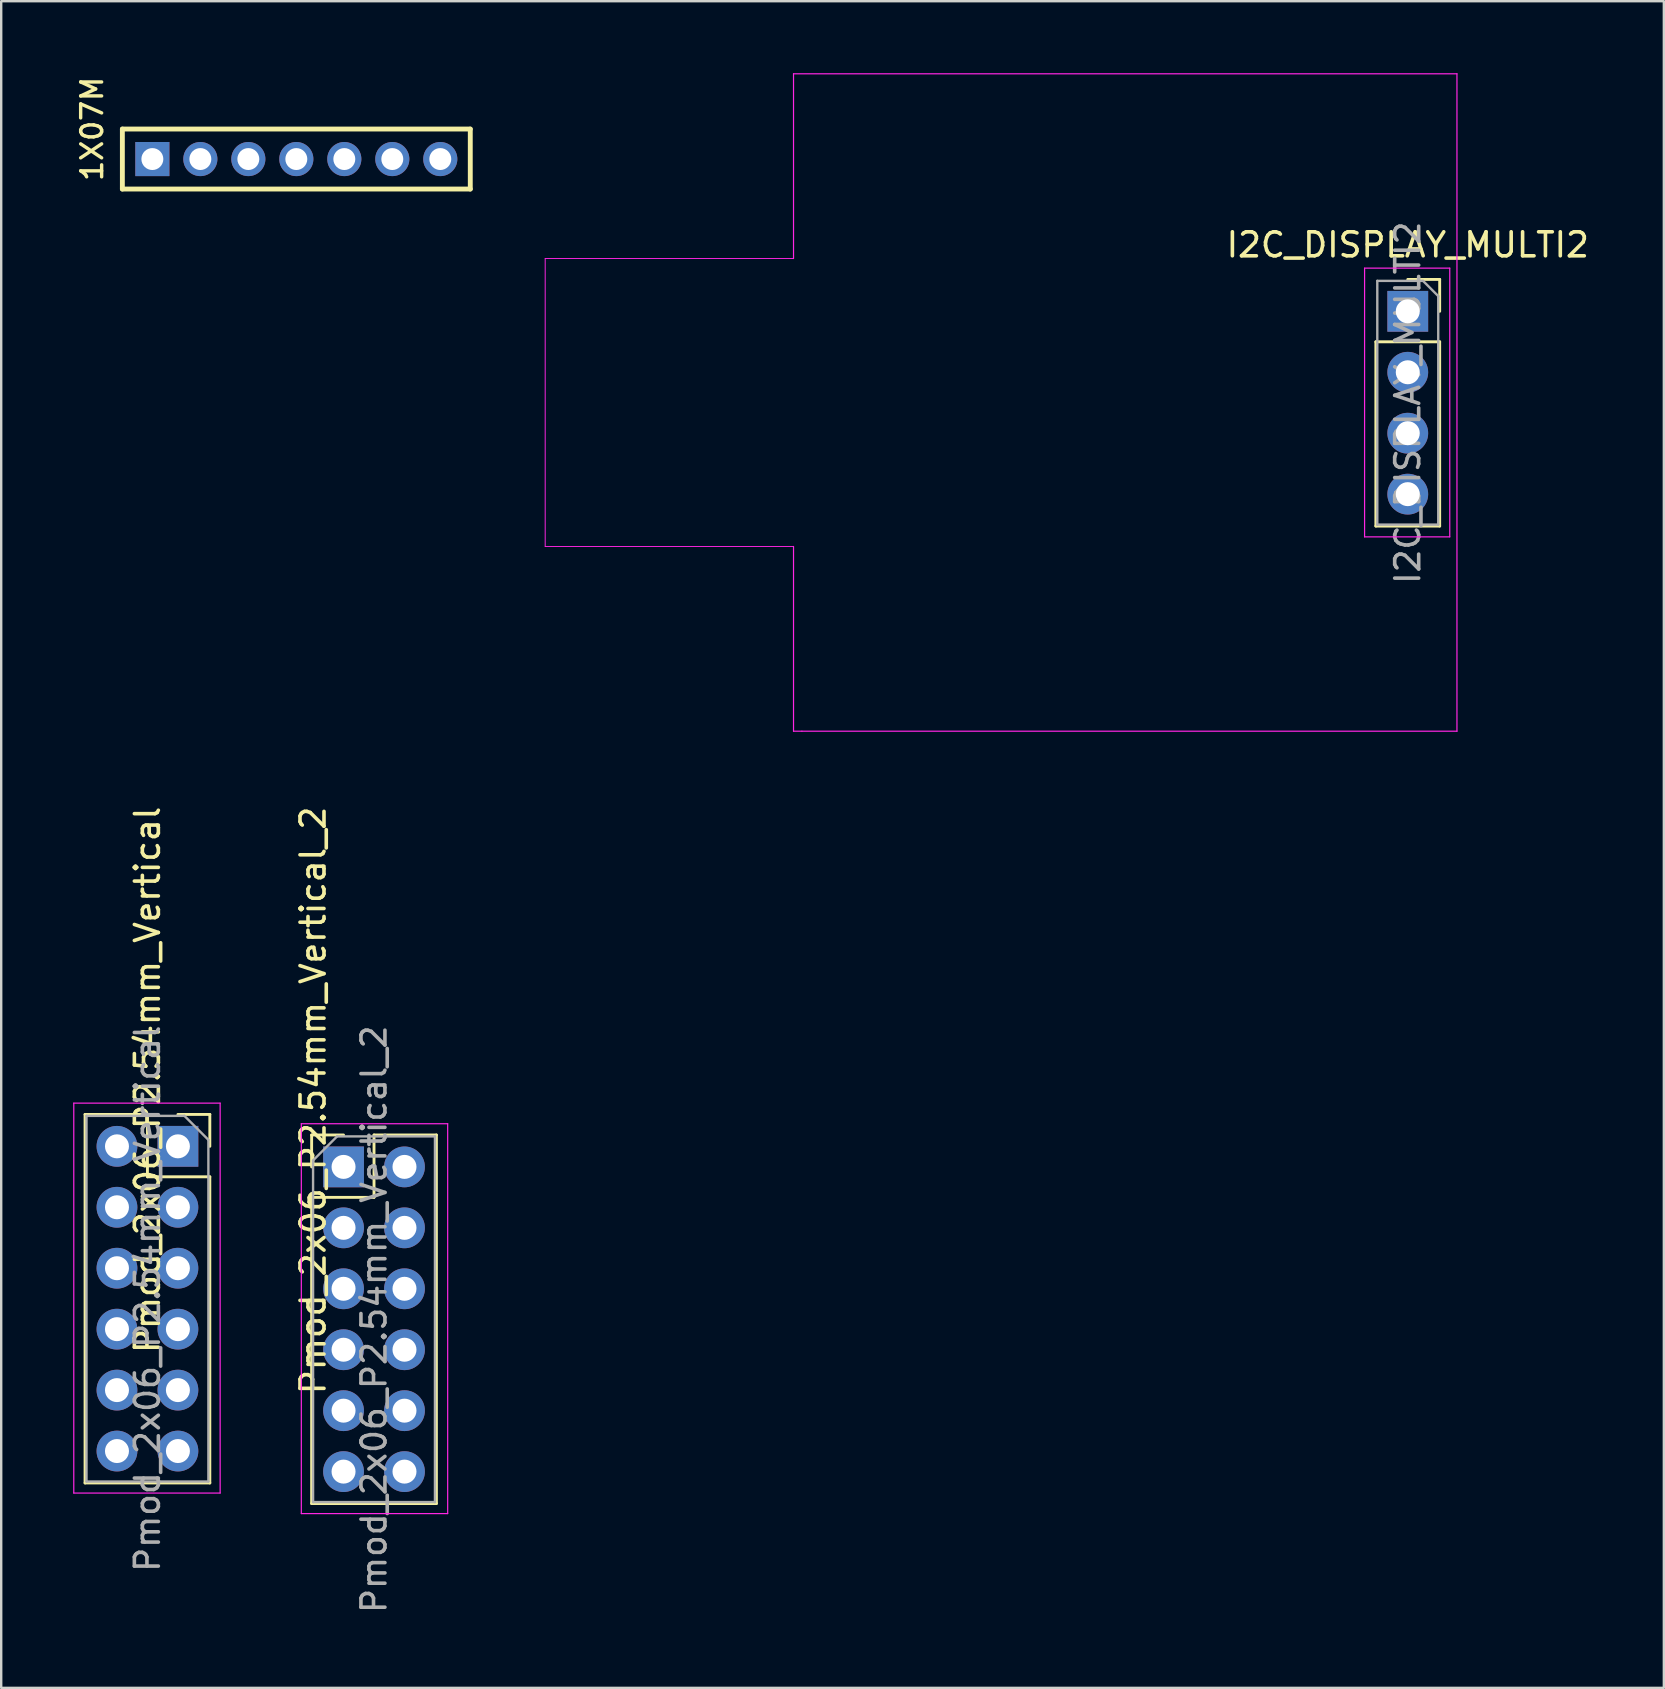
<source format=kicad_pcb>
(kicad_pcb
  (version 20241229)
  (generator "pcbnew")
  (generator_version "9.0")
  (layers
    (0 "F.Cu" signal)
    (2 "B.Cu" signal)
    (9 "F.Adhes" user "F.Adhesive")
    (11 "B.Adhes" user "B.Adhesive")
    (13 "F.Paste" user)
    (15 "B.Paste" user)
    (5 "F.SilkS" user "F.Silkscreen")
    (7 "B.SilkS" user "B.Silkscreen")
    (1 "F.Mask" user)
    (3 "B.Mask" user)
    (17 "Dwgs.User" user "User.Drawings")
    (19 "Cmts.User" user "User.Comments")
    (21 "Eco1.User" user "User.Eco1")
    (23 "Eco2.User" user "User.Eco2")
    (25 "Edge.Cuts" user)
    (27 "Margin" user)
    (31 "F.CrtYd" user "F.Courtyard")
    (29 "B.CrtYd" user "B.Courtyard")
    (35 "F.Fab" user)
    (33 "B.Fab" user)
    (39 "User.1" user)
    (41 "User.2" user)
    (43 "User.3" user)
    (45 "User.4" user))
  (footprint "I2C_DISPLAY_MULTI2"
    (layer "F.Cu")
    (at 55.622 9.925)
    (property "Reference" "I2C_DISPLAY_MULTI2" (at 0 -2.77 0) (layer "F.SilkS") (effects (font (size 1 1) (thickness 0.15))))
    (attr through_hole)
    (fp_line (start -1.33 1.27) (end -1.33 8.95) (stroke (width 0.12) (type solid)) (layer "F.SilkS"))
    (fp_line (start -1.33 1.27) (end 1.33 1.27) (stroke (width 0.12) (type solid)) (layer "F.SilkS"))
    (fp_line (start -1.33 8.95) (end 1.33 8.95) (stroke (width 0.12) (type solid)) (layer "F.SilkS"))
    (fp_line (start 0 -1.33) (end 1.33 -1.33) (stroke (width 0.12) (type solid)) (layer "F.SilkS"))
    (fp_line (start 1.33 -1.33) (end 1.33 0) (stroke (width 0.12) (type solid)) (layer "F.SilkS"))
    (fp_line (start 1.33 1.27) (end 1.33 8.95) (stroke (width 0.12) (type solid)) (layer "F.SilkS"))
    (fp_line (start -35.95 -2.2) (end -35.95 9.8) (stroke (width 0.04) (type solid)) (layer "F.CrtYd"))
    (fp_line (start -35.95 9.8) (end -25.6 9.8) (stroke (width 0.04) (type solid)) (layer "F.CrtYd"))
    (fp_line (start -25.6 -9.9) (end -25.6 -2.2) (stroke (width 0.05) (type solid)) (layer "F.CrtYd"))
    (fp_line (start -25.6 -2.2) (end -35.95 -2.2) (stroke (width 0.04) (type solid)) (layer "F.CrtYd"))
    (fp_line (start -25.6 17.5) (end -25.6 9.8) (stroke (width 0.05) (type solid)) (layer "F.CrtYd"))
    (fp_line (start -25.25 17.5) (end -25.6 17.5) (stroke (width 0.05) (type solid)) (layer "F.CrtYd"))
    (fp_line (start -25.25 17.5) (end 2.05 17.5) (stroke (width 0.05) (type solid)) (layer "F.CrtYd"))
    (fp_line (start -1.8 -1.8) (end 1.75 -1.8) (stroke (width 0.05) (type solid)) (layer "F.CrtYd"))
    (fp_line (start -1.8 9.4) (end -1.8 -1.8) (stroke (width 0.05) (type solid)) (layer "F.CrtYd"))
    (fp_line (start 1.75 -1.8) (end 1.75 9.4) (stroke (width 0.05) (type solid)) (layer "F.CrtYd"))
    (fp_line (start 1.75 9.4) (end -1.8 9.4) (stroke (width 0.05) (type solid)) (layer "F.CrtYd"))
    (fp_line (start 2.05 -9.9) (end -25.6 -9.9) (stroke (width 0.05) (type solid)) (layer "F.CrtYd"))
    (fp_line (start 2.05 17.5) (end 2.05 -9.9) (stroke (width 0.05) (type solid)) (layer "F.CrtYd"))
    (fp_line (start -1.27 -1.27) (end 0.635 -1.27) (stroke (width 0.1) (type solid)) (layer "F.Fab"))
    (fp_line (start -1.27 8.89) (end -1.27 -1.27) (stroke (width 0.1) (type solid)) (layer "F.Fab"))
    (fp_line (start 0.635 -1.27) (end 1.27 -0.635) (stroke (width 0.1) (type solid)) (layer "F.Fab"))
    (fp_line (start 1.27 -0.635) (end 1.27 8.89) (stroke (width 0.1) (type solid)) (layer "F.Fab"))
    (fp_line (start 1.27 8.89) (end -1.27 8.89) (stroke (width 0.1) (type solid)) (layer "F.Fab"))
    (fp_text user "${REFERENCE}" (at 0 3.81 90) (layer "F.Fab") (effects (font (size 1 1) (thickness 0.15))))
    (pad "1" thru_hole rect (at 0 0) (size 1.7 1.7) (drill 1) (layers "*.Cu" "*.Mask"))
    (pad "2" thru_hole oval (at 0 2.54) (size 1.7 1.7) (drill 1) (layers "*.Cu" "*.Mask"))
    (pad "3" thru_hole oval (at 0 5.08) (size 1.7 1.7) (drill 1) (layers "*.Cu" "*.Mask"))
    (pad "4" thru_hole oval (at 0 7.62) (size 1.7 1.7) (drill 1) (layers "*.Cu" "*.Mask")))
  (footprint "Pmod_2x06_P2.54mm_Vertical"
    (layer "F.Cu")
    (at 4.365 44.726)
    (property "Reference" "Pmod_2x06_P2.54mm_Vertical" (at -1.27 -2.77 90) (layer "F.SilkS") (effects (font (size 1 1) (thickness 0.15))))
    (attr through_hole)
    (fp_line (start -3.87 -1.33) (end -3.87 14.03) (stroke (width 0.12) (type solid)) (layer "F.SilkS"))
    (fp_line (start -3.87 -1.33) (end -1.27 -1.33) (stroke (width 0.12) (type solid)) (layer "F.SilkS"))
    (fp_line (start -3.87 14.03) (end 1.33 14.03) (stroke (width 0.12) (type solid)) (layer "F.SilkS"))
    (fp_line (start -1.27 -1.33) (end -1.27 1.27) (stroke (width 0.12) (type solid)) (layer "F.SilkS"))
    (fp_line (start -1.27 1.27) (end 1.33 1.27) (stroke (width 0.12) (type solid)) (layer "F.SilkS"))
    (fp_line (start 0 -1.33) (end 1.33 -1.33) (stroke (width 0.12) (type solid)) (layer "F.SilkS"))
    (fp_line (start 1.33 -1.33) (end 1.33 0) (stroke (width 0.12) (type solid)) (layer "F.SilkS"))
    (fp_line (start 1.33 1.27) (end 1.33 14.03) (stroke (width 0.12) (type solid)) (layer "F.SilkS"))
    (fp_line (start -4.34 -1.8) (end 1.76 -1.8) (stroke (width 0.05) (type solid)) (layer "F.CrtYd"))
    (fp_line (start -4.34 14.45) (end -4.34 -1.8) (stroke (width 0.05) (type solid)) (layer "F.CrtYd"))
    (fp_line (start 1.76 -1.8) (end 1.76 14.45) (stroke (width 0.05) (type solid)) (layer "F.CrtYd"))
    (fp_line (start 1.76 14.45) (end -4.34 14.45) (stroke (width 0.05) (type solid)) (layer "F.CrtYd"))
    (fp_line (start -3.81 -1.27) (end 0.27 -1.27) (stroke (width 0.1) (type solid)) (layer "F.Fab"))
    (fp_line (start -3.81 13.97) (end -3.81 -1.27) (stroke (width 0.1) (type solid)) (layer "F.Fab"))
    (fp_line (start 0.27 -1.27) (end 1.27 -0.27) (stroke (width 0.1) (type solid)) (layer "F.Fab"))
    (fp_line (start 1.27 -0.27) (end 1.27 13.97) (stroke (width 0.1) (type solid)) (layer "F.Fab"))
    (fp_line (start 1.27 13.97) (end -3.81 13.97) (stroke (width 0.1) (type solid)) (layer "F.Fab"))
    (fp_text user "${REFERENCE}" (at -1.27 6.35 270) (layer "F.Fab") (effects (font (size 1 1) (thickness 0.15))))
    (pad "1" thru_hole rect (at 0 0) (size 1.7 1.7) (drill 1) (layers "*.Cu" "*.Mask"))
    (pad "2" thru_hole oval (at 0 2.54) (size 1.7 1.7) (drill 1) (layers "*.Cu" "*.Mask"))
    (pad "3" thru_hole oval (at 0 5.08) (size 1.7 1.7) (drill 1) (layers "*.Cu" "*.Mask"))
    (pad "4" thru_hole oval (at 0 7.62) (size 1.7 1.7) (drill 1) (layers "*.Cu" "*.Mask"))
    (pad "5" thru_hole oval (at 0 10.16) (size 1.7 1.7) (drill 1) (layers "*.Cu" "*.Mask"))
    (pad "6" thru_hole oval (at 0 12.7) (size 1.7 1.7) (drill 1) (layers "*.Cu" "*.Mask"))
    (pad "7" thru_hole oval (at -2.54 0) (size 1.7 1.7) (drill 1) (layers "*.Cu" "*.Mask"))
    (pad "8" thru_hole oval (at -2.54 2.54) (size 1.7 1.7) (drill 1) (layers "*.Cu" "*.Mask"))
    (pad "9" thru_hole oval (at -2.54 5.08) (size 1.7 1.7) (drill 1) (layers "*.Cu" "*.Mask"))
    (pad "10" thru_hole oval (at -2.54 7.62) (size 1.7 1.7) (drill 1) (layers "*.Cu" "*.Mask"))
    (pad "11" thru_hole oval (at -2.54 10.16) (size 1.7 1.7) (drill 1) (layers "*.Cu" "*.Mask"))
    (pad "12" thru_hole oval (at -2.54 12.7) (size 1.7 1.7) (drill 1) (layers "*.Cu" "*.Mask")))
  (footprint "Pmod_2x06_P2.54mm_Vertical_2"
    (layer "F.Cu")
    (at 11.268 45.583)
    (property "Reference" "Pmod_2x06_P2.54mm_Vertical_2" (at -1.27 -2.77 90) (layer "F.SilkS") (effects (font (size 1 1) (thickness 0.15))))
    (attr through_hole)
    (fp_line (start -1.33 -1.33) (end -1.33 0) (stroke (width 0.12) (type solid)) (layer "F.SilkS"))
    (fp_line (start -1.33 1.27) (end -1.33 14.03) (stroke (width 0.12) (type solid)) (layer "F.SilkS"))
    (fp_line (start 0 -1.33) (end -1.33 -1.33) (stroke (width 0.12) (type solid)) (layer "F.SilkS"))
    (fp_line (start 1.27 -1.33) (end 1.27 1.27) (stroke (width 0.12) (type solid)) (layer "F.SilkS"))
    (fp_line (start 1.27 1.27) (end -1.33 1.27) (stroke (width 0.12) (type solid)) (layer "F.SilkS"))
    (fp_line (start 3.87 -1.33) (end 1.27 -1.33) (stroke (width 0.12) (type solid)) (layer "F.SilkS"))
    (fp_line (start 3.87 -1.33) (end 3.87 14.03) (stroke (width 0.12) (type solid)) (layer "F.SilkS"))
    (fp_line (start 3.87 14.03) (end -1.33 14.03) (stroke (width 0.12) (type solid)) (layer "F.SilkS"))
    (fp_line (start -1.76 -1.8) (end -1.76 14.45) (stroke (width 0.05) (type solid)) (layer "F.CrtYd"))
    (fp_line (start -1.76 14.45) (end 4.34 14.45) (stroke (width 0.05) (type solid)) (layer "F.CrtYd"))
    (fp_line (start 4.34 -1.8) (end -1.76 -1.8) (stroke (width 0.05) (type solid)) (layer "F.CrtYd"))
    (fp_line (start 4.34 14.45) (end 4.34 -1.8) (stroke (width 0.05) (type solid)) (layer "F.CrtYd"))
    (fp_line (start -1.27 -0.27) (end -1.27 13.97) (stroke (width 0.1) (type solid)) (layer "F.Fab"))
    (fp_line (start -1.27 13.97) (end 3.81 13.97) (stroke (width 0.1) (type solid)) (layer "F.Fab"))
    (fp_line (start -0.27 -1.27) (end -1.27 -0.27) (stroke (width 0.1) (type solid)) (layer "F.Fab"))
    (fp_line (start 3.81 -1.27) (end -0.27 -1.27) (stroke (width 0.1) (type solid)) (layer "F.Fab"))
    (fp_line (start 3.81 13.97) (end 3.81 -1.27) (stroke (width 0.1) (type solid)) (layer "F.Fab"))
    (fp_text user "${REFERENCE}" (at 1.27 6.35 270) (layer "F.Fab") (effects (font (size 1 1) (thickness 0.15))))
    (pad "1" thru_hole rect (at 0 0) (size 1.7 1.7) (drill 1) (layers "*.Cu" "*.Mask"))
    (pad "2" thru_hole oval (at 0 2.54) (size 1.7 1.7) (drill 1) (layers "*.Cu" "*.Mask"))
    (pad "3" thru_hole oval (at 0 5.08) (size 1.7 1.7) (drill 1) (layers "*.Cu" "*.Mask"))
    (pad "4" thru_hole oval (at 0 7.62) (size 1.7 1.7) (drill 1) (layers "*.Cu" "*.Mask"))
    (pad "5" thru_hole oval (at 0 10.16) (size 1.7 1.7) (drill 1) (layers "*.Cu" "*.Mask"))
    (pad "6" thru_hole oval (at 0 12.7) (size 1.7 1.7) (drill 1) (layers "*.Cu" "*.Mask"))
    (pad "7" thru_hole oval (at 2.54 0) (size 1.7 1.7) (drill 1) (layers "*.Cu" "*.Mask"))
    (pad "8" thru_hole oval (at 2.54 2.54) (size 1.7 1.7) (drill 1) (layers "*.Cu" "*.Mask"))
    (pad "9" thru_hole oval (at 2.54 5.08) (size 1.7 1.7) (drill 1) (layers "*.Cu" "*.Mask"))
    (pad "10" thru_hole oval (at 2.54 7.62) (size 1.7 1.7) (drill 1) (layers "*.Cu" "*.Mask"))
    (pad "11" thru_hole oval (at 2.54 10.16) (size 1.7 1.7) (drill 1) (layers "*.Cu" "*.Mask"))
    (pad "12" thru_hole oval (at 2.54 12.7) (size 1.7 1.7) (drill 1) (layers "*.Cu" "*.Mask")))
  (footprint "1X07M"
    (layer "F.Cu")
    (at 9.3 3.579)
    (property "Reference" "1X07M" (at -8 1 90) (layer "F.SilkS") (effects (font (size 0.874 0.874) (thickness 0.142)) (justify left bottom)))
    (fp_line (start -7.25 -1.25) (end 7.25 -1.25) (stroke (width 0.203) (type solid)) (layer "F.SilkS"))
    (fp_line (start -7.25 1.25) (end -7.25 -1.25) (stroke (width 0.203) (type solid)) (layer "F.SilkS"))
    (fp_line (start 7.25 -1.25) (end 7.25 1.25) (stroke (width 0.203) (type solid)) (layer "F.SilkS"))
    (fp_line (start 7.25 1.25) (end -7.25 1.25) (stroke (width 0.203) (type solid)) (layer "F.SilkS"))
    (fp_poly (pts (xy -6.25 0.25) (xy -5.75 0.25) (xy -5.75 -0.25) (xy -6.25 -0.25)) (stroke (width 0.1) (type solid)) (fill no) (layer "F.Fab"))
    (fp_poly (pts (xy -4.25 0.25) (xy -3.75 0.25) (xy -3.75 -0.25) (xy -4.25 -0.25)) (stroke (width 0.1) (type solid)) (fill no) (layer "F.Fab"))
    (fp_poly (pts (xy -2.25 -0.25) (xy -2.25 0.25) (xy -1.75 0.25) (xy -1.75 -0.25)) (stroke (width 0.1) (type solid)) (fill no) (layer "F.Fab"))
    (fp_poly (pts (xy -0.25 -0.25) (xy -0.25 0.25) (xy 0.25 0.25) (xy 0.25 -0.25)) (stroke (width 0.1) (type solid)) (fill no) (layer "F.Fab"))
    (fp_poly (pts (xy 1.75 -0.25) (xy 1.75 0.25) (xy 2.25 0.25) (xy 2.25 -0.25)) (stroke (width 0.1) (type solid)) (fill no) (layer "F.Fab"))
    (fp_poly (pts (xy 3.75 -0.25) (xy 3.75 0.25) (xy 4.25 0.25) (xy 4.25 -0.25)) (stroke (width 0.1) (type solid)) (fill no) (layer "F.Fab"))
    (fp_poly (pts (xy 5.75 -0.25) (xy 5.75 0.25) (xy 6.25 0.25) (xy 6.25 -0.25)) (stroke (width 0.1) (type solid)) (fill no) (layer "F.Fab"))
    (pad "1" thru_hole rect (at -6 0) (size 1.422 1.422) (drill 0.914) (layers "*.Cu" "*.Mask"))
    (pad "2" thru_hole circle (at -4 0) (size 1.422 1.422) (drill 0.914) (layers "*.Cu" "*.Mask"))
    (pad "3" thru_hole circle (at -2 0 270) (size 1.422 1.422) (drill 0.914) (layers "*.Cu" "*.Mask"))
    (pad "4" thru_hole circle (at 0 0 270) (size 1.422 1.422) (drill 0.914) (layers "*.Cu" "*.Mask"))
    (pad "5" thru_hole circle (at 2 0 270) (size 1.422 1.422) (drill 0.914) (layers "*.Cu" "*.Mask"))
    (pad "6" thru_hole circle (at 4 0 270) (size 1.422 1.422) (drill 0.914) (layers "*.Cu" "*.Mask"))
    (pad "7" thru_hole circle (at 6 0 270) (size 1.422 1.422) (drill 0.914) (layers "*.Cu" "*.Mask")))
  (gr_rect
    (start -3 -3)
    (end 66.295 67.296)
    (stroke (width 0.1) (type default))
    (fill no)
    (layer "Edge.Cuts")))
</source>
